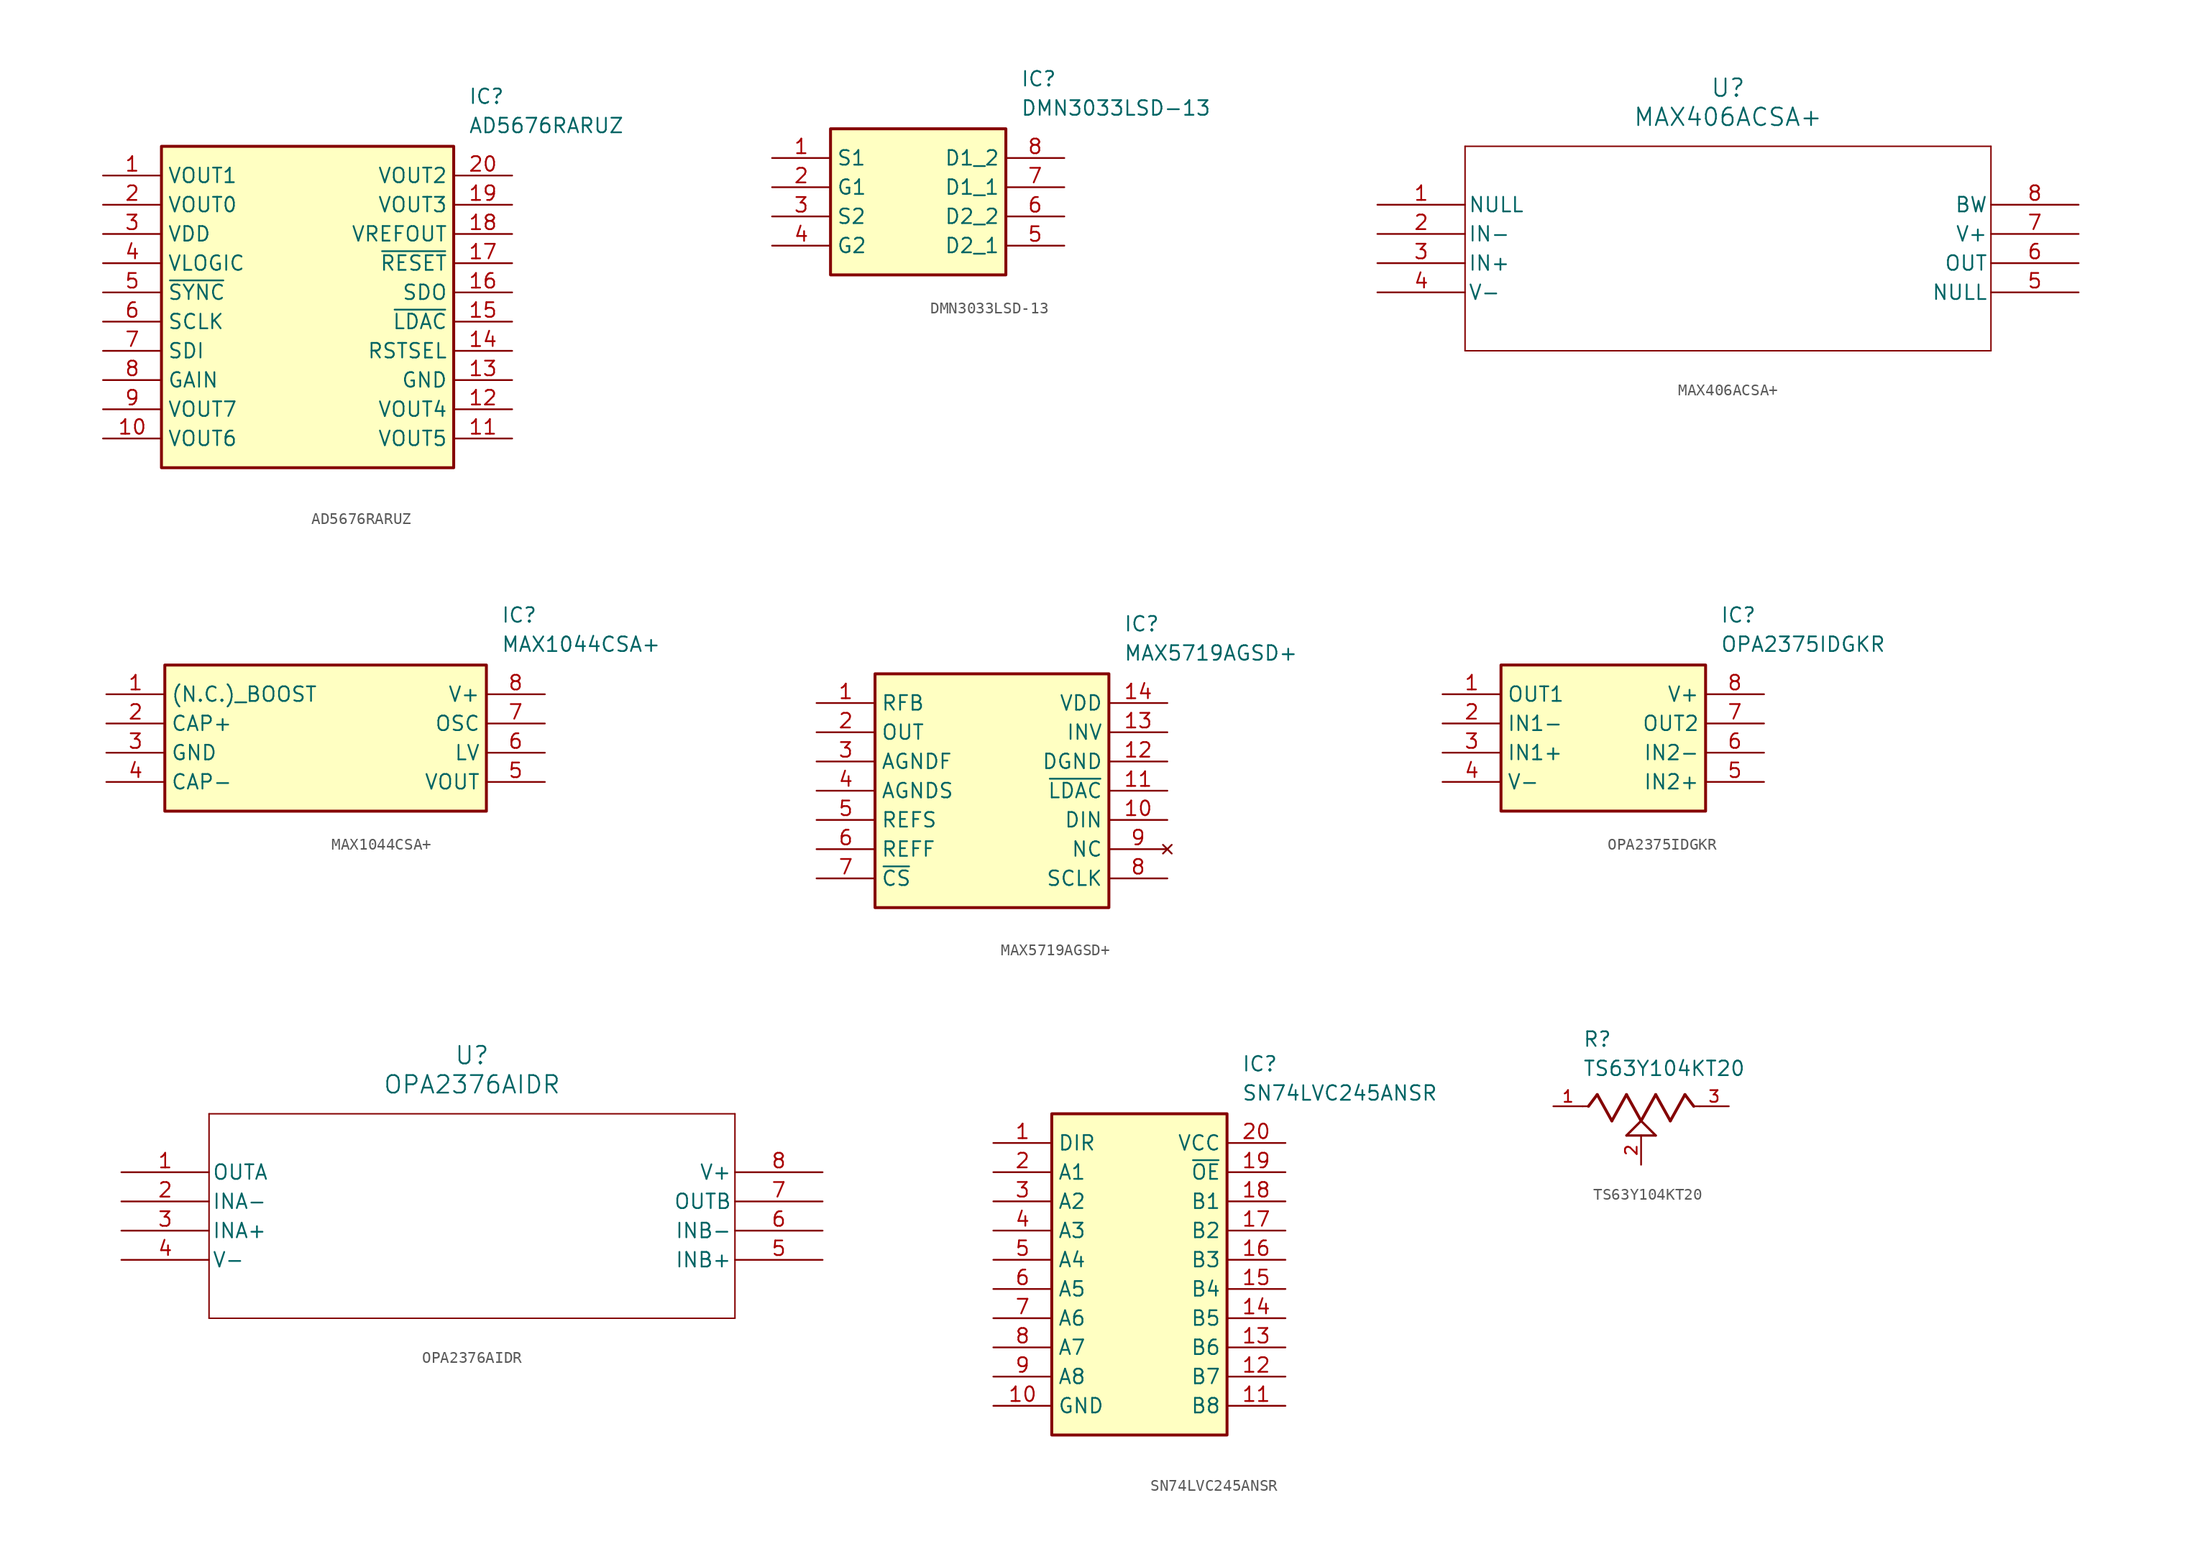
<source format=kicad_sym>
(kicad_symbol_lib
  (version 20231120)
  (generator "kicad_symbol_editor")
  (generator_version "8.0")
  (symbol "AD5676RARUZ"
    (property "Reference" "IC"
      (at 31.75 7.62 0)
      (effects (font (size 1.27 1.27)) (justify left top)))
    (property "Value" "AD5676RARUZ"
      (at 31.75 5.08 0)
      (effects (font (size 1.27 1.27)) (justify left top)))
    (symbol "AD5676RARUZ_1_1"
      (rectangle (start 5.08 2.54) (end 30.48 -25.4) (stroke (width 0.254) (type default)) (fill (type background)))
      (pin passive line (at 0 0 0) (length 5.08) (name "VOUT1" (effects (font (size 1.27 1.27)))) (number "1" (effects (font (size 1.27 1.27)))))
      (pin passive line (at 0 -22.86 0) (length 5.08) (name "VOUT6" (effects (font (size 1.27 1.27)))) (number "10" (effects (font (size 1.27 1.27)))))
      (pin passive line (at 35.56 -22.86 180) (length 5.08) (name "VOUT5" (effects (font (size 1.27 1.27)))) (number "11" (effects (font (size 1.27 1.27)))))
      (pin passive line (at 35.56 -20.32 180) (length 5.08) (name "VOUT4" (effects (font (size 1.27 1.27)))) (number "12" (effects (font (size 1.27 1.27)))))
      (pin passive line (at 35.56 -17.78 180) (length 5.08) (name "GND" (effects (font (size 1.27 1.27)))) (number "13" (effects (font (size 1.27 1.27)))))
      (pin passive line (at 35.56 -15.24 180) (length 5.08) (name "RSTSEL" (effects (font (size 1.27 1.27)))) (number "14" (effects (font (size 1.27 1.27)))))
      (pin passive line (at 35.56 -12.7 180) (length 5.08) (name "~{LDAC}" (effects (font (size 1.27 1.27)))) (number "15" (effects (font (size 1.27 1.27)))))
      (pin passive line (at 35.56 -10.16 180) (length 5.08) (name "SDO" (effects (font (size 1.27 1.27)))) (number "16" (effects (font (size 1.27 1.27)))))
      (pin passive line (at 35.56 -7.62 180) (length 5.08) (name "~{RESET}" (effects (font (size 1.27 1.27)))) (number "17" (effects (font (size 1.27 1.27)))))
      (pin passive line (at 35.56 -5.08 180) (length 5.08) (name "VREFOUT" (effects (font (size 1.27 1.27)))) (number "18" (effects (font (size 1.27 1.27)))))
      (pin passive line (at 35.56 -2.54 180) (length 5.08) (name "VOUT3" (effects (font (size 1.27 1.27)))) (number "19" (effects (font (size 1.27 1.27)))))
      (pin passive line (at 0 -2.54 0) (length 5.08) (name "VOUT0" (effects (font (size 1.27 1.27)))) (number "2" (effects (font (size 1.27 1.27)))))
      (pin passive line (at 35.56 0 180) (length 5.08) (name "VOUT2" (effects (font (size 1.27 1.27)))) (number "20" (effects (font (size 1.27 1.27)))))
      (pin passive line (at 0 -5.08 0) (length 5.08) (name "VDD" (effects (font (size 1.27 1.27)))) (number "3" (effects (font (size 1.27 1.27)))))
      (pin passive line (at 0 -7.62 0) (length 5.08) (name "VLOGIC" (effects (font (size 1.27 1.27)))) (number "4" (effects (font (size 1.27 1.27)))))
      (pin passive line (at 0 -10.16 0) (length 5.08) (name "~{SYNC}" (effects (font (size 1.27 1.27)))) (number "5" (effects (font (size 1.27 1.27)))))
      (pin passive line (at 0 -12.7 0) (length 5.08) (name "SCLK" (effects (font (size 1.27 1.27)))) (number "6" (effects (font (size 1.27 1.27)))))
      (pin passive line (at 0 -15.24 0) (length 5.08) (name "SDI" (effects (font (size 1.27 1.27)))) (number "7" (effects (font (size 1.27 1.27)))))
      (pin passive line (at 0 -17.78 0) (length 5.08) (name "GAIN" (effects (font (size 1.27 1.27)))) (number "8" (effects (font (size 1.27 1.27)))))
      (pin passive line (at 0 -20.32 0) (length 5.08) (name "VOUT7" (effects (font (size 1.27 1.27)))) (number "9" (effects (font (size 1.27 1.27)))))))
  (symbol "DMN3033LSD-13"
    (property "Reference" "IC"
      (at 21.59 7.62 0)
      (effects (font (size 1.27 1.27)) (justify left top)))
    (property "Value" "DMN3033LSD-13"
      (at 21.59 5.08 0)
      (effects (font (size 1.27 1.27)) (justify left top)))
    (symbol "DMN3033LSD-13_1_1"
      (rectangle (start 5.08 2.54) (end 20.32 -10.16) (stroke (width 0.254) (type default)) (fill (type background)))
      (pin passive line (at 0 0 0) (length 5.08) (name "S1" (effects (font (size 1.27 1.27)))) (number "1" (effects (font (size 1.27 1.27)))))
      (pin passive line (at 0 -2.54 0) (length 5.08) (name "G1" (effects (font (size 1.27 1.27)))) (number "2" (effects (font (size 1.27 1.27)))))
      (pin passive line (at 0 -5.08 0) (length 5.08) (name "S2" (effects (font (size 1.27 1.27)))) (number "3" (effects (font (size 1.27 1.27)))))
      (pin passive line (at 0 -7.62 0) (length 5.08) (name "G2" (effects (font (size 1.27 1.27)))) (number "4" (effects (font (size 1.27 1.27)))))
      (pin passive line (at 25.4 -7.62 180) (length 5.08) (name "D2_1" (effects (font (size 1.27 1.27)))) (number "5" (effects (font (size 1.27 1.27)))))
      (pin passive line (at 25.4 -5.08 180) (length 5.08) (name "D2_2" (effects (font (size 1.27 1.27)))) (number "6" (effects (font (size 1.27 1.27)))))
      (pin passive line (at 25.4 -2.54 180) (length 5.08) (name "D1_1" (effects (font (size 1.27 1.27)))) (number "7" (effects (font (size 1.27 1.27)))))
      (pin passive line (at 25.4 0 180) (length 5.08) (name "D1_2" (effects (font (size 1.27 1.27)))) (number "8" (effects (font (size 1.27 1.27)))))))
  (symbol "MAX406ACSA+"
    (pin_names
      (offset 0.254))
    (property "Reference" "U"
      (at 30.48 10.16 0)
      (effects (font (size 1.524 1.524))))
    (property "Value" "MAX406ACSA+"
      (at 30.48 7.62 0)
      (effects (font (size 1.524 1.524))))
    (property "ki_locked" ""
      (at 0 0 0)
      (effects (font (size 1.27 1.27))))
    (symbol "MAX406ACSA+_1_1"
      (polyline (pts (xy 7.62 -12.7) (xy 53.34 -12.7)) (stroke (width 0.127) (type default)) (fill (type none)))
      (polyline (pts (xy 7.62 5.08) (xy 7.62 -12.7)) (stroke (width 0.127) (type default)) (fill (type none)))
      (polyline (pts (xy 53.34 -12.7) (xy 53.34 5.08)) (stroke (width 0.127) (type default)) (fill (type none)))
      (polyline (pts (xy 53.34 5.08) (xy 7.62 5.08)) (stroke (width 0.127) (type default)) (fill (type none)))
      (pin unspecified line (at 0 0 0) (length 7.62) (name "NULL" (effects (font (size 1.27 1.27)))) (number "1" (effects (font (size 1.27 1.27)))))
      (pin input line (at 0 -2.54 0) (length 7.62) (name "IN-" (effects (font (size 1.27 1.27)))) (number "2" (effects (font (size 1.27 1.27)))))
      (pin input line (at 0 -5.08 0) (length 7.62) (name "IN+" (effects (font (size 1.27 1.27)))) (number "3" (effects (font (size 1.27 1.27)))))
      (pin power_in line (at 0 -7.62 0) (length 7.62) (name "V-" (effects (font (size 1.27 1.27)))) (number "4" (effects (font (size 1.27 1.27)))))
      (pin unspecified line (at 60.96 -7.62 180) (length 7.62) (name "NULL" (effects (font (size 1.27 1.27)))) (number "5" (effects (font (size 1.27 1.27)))))
      (pin output line (at 60.96 -5.08 180) (length 7.62) (name "OUT" (effects (font (size 1.27 1.27)))) (number "6" (effects (font (size 1.27 1.27)))))
      (pin power_in line (at 60.96 -2.54 180) (length 7.62) (name "V+" (effects (font (size 1.27 1.27)))) (number "7" (effects (font (size 1.27 1.27)))))
      (pin unspecified line (at 60.96 0 180) (length 7.62) (name "BW" (effects (font (size 1.27 1.27)))) (number "8" (effects (font (size 1.27 1.27)))))))
  (symbol "MAX1044CSA+"
    (property "Reference" "IC"
      (at 34.29 7.62 0)
      (effects (font (size 1.27 1.27)) (justify left top)))
    (property "Value" "MAX1044CSA+"
      (at 34.29 5.08 0)
      (effects (font (size 1.27 1.27)) (justify left top)))
    (symbol "MAX1044CSA+_1_1"
      (rectangle (start 5.08 2.54) (end 33.02 -10.16) (stroke (width 0.254) (type default)) (fill (type background)))
      (pin passive line (at 0 0 0) (length 5.08) (name "(N.C.)_BOOST" (effects (font (size 1.27 1.27)))) (number "1" (effects (font (size 1.27 1.27)))))
      (pin passive line (at 0 -2.54 0) (length 5.08) (name "CAP+" (effects (font (size 1.27 1.27)))) (number "2" (effects (font (size 1.27 1.27)))))
      (pin passive line (at 0 -5.08 0) (length 5.08) (name "GND" (effects (font (size 1.27 1.27)))) (number "3" (effects (font (size 1.27 1.27)))))
      (pin passive line (at 0 -7.62 0) (length 5.08) (name "CAP-" (effects (font (size 1.27 1.27)))) (number "4" (effects (font (size 1.27 1.27)))))
      (pin passive line (at 38.1 -7.62 180) (length 5.08) (name "VOUT" (effects (font (size 1.27 1.27)))) (number "5" (effects (font (size 1.27 1.27)))))
      (pin passive line (at 38.1 -5.08 180) (length 5.08) (name "LV" (effects (font (size 1.27 1.27)))) (number "6" (effects (font (size 1.27 1.27)))))
      (pin passive line (at 38.1 -2.54 180) (length 5.08) (name "OSC" (effects (font (size 1.27 1.27)))) (number "7" (effects (font (size 1.27 1.27)))))
      (pin passive line (at 38.1 0 180) (length 5.08) (name "V+" (effects (font (size 1.27 1.27)))) (number "8" (effects (font (size 1.27 1.27)))))))
  (symbol "MAX5719AGSD+"
    (property "Reference" "IC"
      (at 26.67 7.62 0)
      (effects (font (size 1.27 1.27)) (justify left top)))
    (property "Value" "MAX5719AGSD+"
      (at 26.67 5.08 0)
      (effects (font (size 1.27 1.27)) (justify left top)))
    (symbol "MAX5719AGSD+_1_1"
      (rectangle (start 5.08 2.54) (end 25.4 -17.78) (stroke (width 0.254) (type default)) (fill (type background)))
      (pin passive line (at 0 0 0) (length 5.08) (name "RFB" (effects (font (size 1.27 1.27)))) (number "1" (effects (font (size 1.27 1.27)))))
      (pin passive line (at 30.48 -10.16 180) (length 5.08) (name "DIN" (effects (font (size 1.27 1.27)))) (number "10" (effects (font (size 1.27 1.27)))))
      (pin passive line (at 30.48 -7.62 180) (length 5.08) (name "~{LDAC}" (effects (font (size 1.27 1.27)))) (number "11" (effects (font (size 1.27 1.27)))))
      (pin passive line (at 30.48 -5.08 180) (length 5.08) (name "DGND" (effects (font (size 1.27 1.27)))) (number "12" (effects (font (size 1.27 1.27)))))
      (pin passive line (at 30.48 -2.54 180) (length 5.08) (name "INV" (effects (font (size 1.27 1.27)))) (number "13" (effects (font (size 1.27 1.27)))))
      (pin passive line (at 30.48 0 180) (length 5.08) (name "VDD" (effects (font (size 1.27 1.27)))) (number "14" (effects (font (size 1.27 1.27)))))
      (pin passive line (at 0 -2.54 0) (length 5.08) (name "OUT" (effects (font (size 1.27 1.27)))) (number "2" (effects (font (size 1.27 1.27)))))
      (pin passive line (at 0 -5.08 0) (length 5.08) (name "AGNDF" (effects (font (size 1.27 1.27)))) (number "3" (effects (font (size 1.27 1.27)))))
      (pin passive line (at 0 -7.62 0) (length 5.08) (name "AGNDS" (effects (font (size 1.27 1.27)))) (number "4" (effects (font (size 1.27 1.27)))))
      (pin passive line (at 0 -10.16 0) (length 5.08) (name "REFS" (effects (font (size 1.27 1.27)))) (number "5" (effects (font (size 1.27 1.27)))))
      (pin passive line (at 0 -12.7 0) (length 5.08) (name "REFF" (effects (font (size 1.27 1.27)))) (number "6" (effects (font (size 1.27 1.27)))))
      (pin passive line (at 0 -15.24 0) (length 5.08) (name "~{CS}" (effects (font (size 1.27 1.27)))) (number "7" (effects (font (size 1.27 1.27)))))
      (pin passive line (at 30.48 -15.24 180) (length 5.08) (name "SCLK" (effects (font (size 1.27 1.27)))) (number "8" (effects (font (size 1.27 1.27)))))
      (pin no_connect line (at 30.48 -12.7 180) (length 5.08) (name "NC" (effects (font (size 1.27 1.27)))) (number "9" (effects (font (size 1.27 1.27)))))))
  (symbol "OPA2375IDGKR"
    (property "Reference" "IC"
      (at 24.13 7.62 0)
      (effects (font (size 1.27 1.27)) (justify left top)))
    (property "Value" "OPA2375IDGKR"
      (at 24.13 5.08 0)
      (effects (font (size 1.27 1.27)) (justify left top)))
    (symbol "OPA2375IDGKR_1_1"
      (rectangle (start 5.08 2.54) (end 22.86 -10.16) (stroke (width 0.254) (type default)) (fill (type background)))
      (pin passive line (at 0 0 0) (length 5.08) (name "OUT1" (effects (font (size 1.27 1.27)))) (number "1" (effects (font (size 1.27 1.27)))))
      (pin passive line (at 0 -2.54 0) (length 5.08) (name "IN1-" (effects (font (size 1.27 1.27)))) (number "2" (effects (font (size 1.27 1.27)))))
      (pin passive line (at 0 -5.08 0) (length 5.08) (name "IN1+" (effects (font (size 1.27 1.27)))) (number "3" (effects (font (size 1.27 1.27)))))
      (pin passive line (at 0 -7.62 0) (length 5.08) (name "V-" (effects (font (size 1.27 1.27)))) (number "4" (effects (font (size 1.27 1.27)))))
      (pin passive line (at 27.94 -7.62 180) (length 5.08) (name "IN2+" (effects (font (size 1.27 1.27)))) (number "5" (effects (font (size 1.27 1.27)))))
      (pin passive line (at 27.94 -5.08 180) (length 5.08) (name "IN2-" (effects (font (size 1.27 1.27)))) (number "6" (effects (font (size 1.27 1.27)))))
      (pin passive line (at 27.94 -2.54 180) (length 5.08) (name "OUT2" (effects (font (size 1.27 1.27)))) (number "7" (effects (font (size 1.27 1.27)))))
      (pin passive line (at 27.94 0 180) (length 5.08) (name "V+" (effects (font (size 1.27 1.27)))) (number "8" (effects (font (size 1.27 1.27)))))))
  (symbol "OPA2376AIDR"
    (pin_names
      (offset 0.254))
    (property "Reference" "U"
      (at 30.48 10.16 0)
      (effects (font (size 1.524 1.524))))
    (property "Value" "OPA2376AIDR"
      (at 30.48 7.62 0)
      (effects (font (size 1.524 1.524))))
    (property "ki_locked" ""
      (at 0 0 0)
      (effects (font (size 1.27 1.27))))
    (symbol "OPA2376AIDR_0_1"
      (polyline (pts (xy 7.62 -12.7) (xy 53.34 -12.7)) (stroke (width 0.127) (type default)) (fill (type none)))
      (polyline (pts (xy 7.62 5.08) (xy 7.62 -12.7)) (stroke (width 0.127) (type default)) (fill (type none)))
      (polyline (pts (xy 53.34 -12.7) (xy 53.34 5.08)) (stroke (width 0.127) (type default)) (fill (type none)))
      (polyline (pts (xy 53.34 5.08) (xy 7.62 5.08)) (stroke (width 0.127) (type default)) (fill (type none)))
      (pin output line (at 0 0 0) (length 7.62) (name "OUTA" (effects (font (size 1.27 1.27)))) (number "1" (effects (font (size 1.27 1.27)))))
      (pin input line (at 0 -2.54 0) (length 7.62) (name "INA-" (effects (font (size 1.27 1.27)))) (number "2" (effects (font (size 1.27 1.27)))))
      (pin input line (at 0 -5.08 0) (length 7.62) (name "INA+" (effects (font (size 1.27 1.27)))) (number "3" (effects (font (size 1.27 1.27)))))
      (pin power_in line (at 0 -7.62 0) (length 7.62) (name "V-" (effects (font (size 1.27 1.27)))) (number "4" (effects (font (size 1.27 1.27)))))
      (pin input line (at 60.96 -7.62 180) (length 7.62) (name "INB+" (effects (font (size 1.27 1.27)))) (number "5" (effects (font (size 1.27 1.27)))))
      (pin input line (at 60.96 -5.08 180) (length 7.62) (name "INB-" (effects (font (size 1.27 1.27)))) (number "6" (effects (font (size 1.27 1.27)))))
      (pin output line (at 60.96 -2.54 180) (length 7.62) (name "OUTB" (effects (font (size 1.27 1.27)))) (number "7" (effects (font (size 1.27 1.27)))))
      (pin power_in line (at 60.96 0 180) (length 7.62) (name "V+" (effects (font (size 1.27 1.27)))) (number "8" (effects (font (size 1.27 1.27)))))))
  (symbol "SN74LVC245ANSR"
    (property "Reference" "IC"
      (at 21.59 7.62 0)
      (effects (font (size 1.27 1.27)) (justify left top)))
    (property "Value" "SN74LVC245ANSR"
      (at 21.59 5.08 0)
      (effects (font (size 1.27 1.27)) (justify left top)))
    (symbol "SN74LVC245ANSR_1_1"
      (rectangle (start 5.08 2.54) (end 20.32 -25.4) (stroke (width 0.254) (type default)) (fill (type background)))
      (pin input line (at 0 0 0) (length 5.08) (name "DIR" (effects (font (size 1.27 1.27)))) (number "1" (effects (font (size 1.27 1.27)))))
      (pin power_in line (at 0 -22.86 0) (length 5.08) (name "GND" (effects (font (size 1.27 1.27)))) (number "10" (effects (font (size 1.27 1.27)))))
      (pin bidirectional line (at 25.4 -22.86 180) (length 5.08) (name "B8" (effects (font (size 1.27 1.27)))) (number "11" (effects (font (size 1.27 1.27)))))
      (pin bidirectional line (at 25.4 -20.32 180) (length 5.08) (name "B7" (effects (font (size 1.27 1.27)))) (number "12" (effects (font (size 1.27 1.27)))))
      (pin bidirectional line (at 25.4 -17.78 180) (length 5.08) (name "B6" (effects (font (size 1.27 1.27)))) (number "13" (effects (font (size 1.27 1.27)))))
      (pin bidirectional line (at 25.4 -15.24 180) (length 5.08) (name "B5" (effects (font (size 1.27 1.27)))) (number "14" (effects (font (size 1.27 1.27)))))
      (pin bidirectional line (at 25.4 -12.7 180) (length 5.08) (name "B4" (effects (font (size 1.27 1.27)))) (number "15" (effects (font (size 1.27 1.27)))))
      (pin bidirectional line (at 25.4 -10.16 180) (length 5.08) (name "B3" (effects (font (size 1.27 1.27)))) (number "16" (effects (font (size 1.27 1.27)))))
      (pin bidirectional line (at 25.4 -7.62 180) (length 5.08) (name "B2" (effects (font (size 1.27 1.27)))) (number "17" (effects (font (size 1.27 1.27)))))
      (pin bidirectional line (at 25.4 -5.08 180) (length 5.08) (name "B1" (effects (font (size 1.27 1.27)))) (number "18" (effects (font (size 1.27 1.27)))))
      (pin input line (at 25.4 -2.54 180) (length 5.08) (name "~{OE}" (effects (font (size 1.27 1.27)))) (number "19" (effects (font (size 1.27 1.27)))))
      (pin bidirectional line (at 0 -2.54 0) (length 5.08) (name "A1" (effects (font (size 1.27 1.27)))) (number "2" (effects (font (size 1.27 1.27)))))
      (pin power_in line (at 25.4 0 180) (length 5.08) (name "VCC" (effects (font (size 1.27 1.27)))) (number "20" (effects (font (size 1.27 1.27)))))
      (pin bidirectional line (at 0 -5.08 0) (length 5.08) (name "A2" (effects (font (size 1.27 1.27)))) (number "3" (effects (font (size 1.27 1.27)))))
      (pin bidirectional line (at 0 -7.62 0) (length 5.08) (name "A3" (effects (font (size 1.27 1.27)))) (number "4" (effects (font (size 1.27 1.27)))))
      (pin bidirectional line (at 0 -10.16 0) (length 5.08) (name "A4" (effects (font (size 1.27 1.27)))) (number "5" (effects (font (size 1.27 1.27)))))
      (pin bidirectional line (at 0 -12.7 0) (length 5.08) (name "A5" (effects (font (size 1.27 1.27)))) (number "6" (effects (font (size 1.27 1.27)))))
      (pin bidirectional line (at 0 -15.24 0) (length 5.08) (name "A6" (effects (font (size 1.27 1.27)))) (number "7" (effects (font (size 1.27 1.27)))))
      (pin bidirectional line (at 0 -17.78 0) (length 5.08) (name "A7" (effects (font (size 1.27 1.27)))) (number "8" (effects (font (size 1.27 1.27)))))
      (pin bidirectional line (at 0 -20.32 0) (length 5.08) (name "A8" (effects (font (size 1.27 1.27)))) (number "9" (effects (font (size 1.27 1.27)))))))
  (symbol "TS63Y104KT20"
    (pin_names
      (offset 1.016))
    (property "Reference" "R"
      (at -5.08 5.08 0)
      (effects (font (size 1.27 1.27)) (justify left bottom)))
    (property "Value" "TS63Y104KT20"
      (at -5.08 2.54 0)
      (effects (font (size 1.27 1.27)) (justify left bottom)))
    (symbol "TS63Y104KT20_0_0"
      (polyline (pts (xy -5.08 0) (xy -4.572 0)) (stroke (width 0.152) (type default)) (fill (type none)))
      (polyline (pts (xy -4.572 0) (xy -3.81 1.016)) (stroke (width 0.254) (type default)) (fill (type none)))
      (polyline (pts (xy -3.81 1.016) (xy -2.54 -1.27)) (stroke (width 0.254) (type default)) (fill (type none)))
      (polyline (pts (xy -2.54 -1.27) (xy -1.27 1.016)) (stroke (width 0.254) (type default)) (fill (type none)))
      (polyline (pts (xy -1.27 -2.54) (xy 0 -1.27)) (stroke (width 0.203) (type default)) (fill (type none)))
      (polyline (pts (xy -1.27 1.016) (xy 0 -1.27)) (stroke (width 0.254) (type default)) (fill (type none)))
      (polyline (pts (xy 0 -1.27) (xy 1.27 -2.54)) (stroke (width 0.203) (type default)) (fill (type none)))
      (polyline (pts (xy 0 -1.27) (xy 1.27 1.016)) (stroke (width 0.254) (type default)) (fill (type none)))
      (polyline (pts (xy 1.27 -2.54) (xy -1.27 -2.54)) (stroke (width 0.203) (type default)) (fill (type none)))
      (polyline (pts (xy 1.27 1.016) (xy 2.54 -1.27)) (stroke (width 0.254) (type default)) (fill (type none)))
      (polyline (pts (xy 2.54 -1.27) (xy 3.81 1.016)) (stroke (width 0.254) (type default)) (fill (type none)))
      (polyline (pts (xy 3.81 1.016) (xy 4.572 0)) (stroke (width 0.254) (type default)) (fill (type none)))
      (polyline (pts (xy 4.572 0) (xy 5.08 0)) (stroke (width 0.152) (type default)) (fill (type none)))
      (pin passive line (at -7.62 0 0) (length 2.54) (name "~" (effects (font (size 1.016 1.016)))) (number "1" (effects (font (size 1.016 1.016)))))
      (pin passive line (at 0 -5.08 90) (length 2.54) (name "~" (effects (font (size 1.016 1.016)))) (number "2" (effects (font (size 1.016 1.016)))))
      (pin passive line (at 7.62 0 180) (length 2.54) (name "~" (effects (font (size 1.016 1.016)))) (number "3" (effects (font (size 1.016 1.016))))))))
</source>
